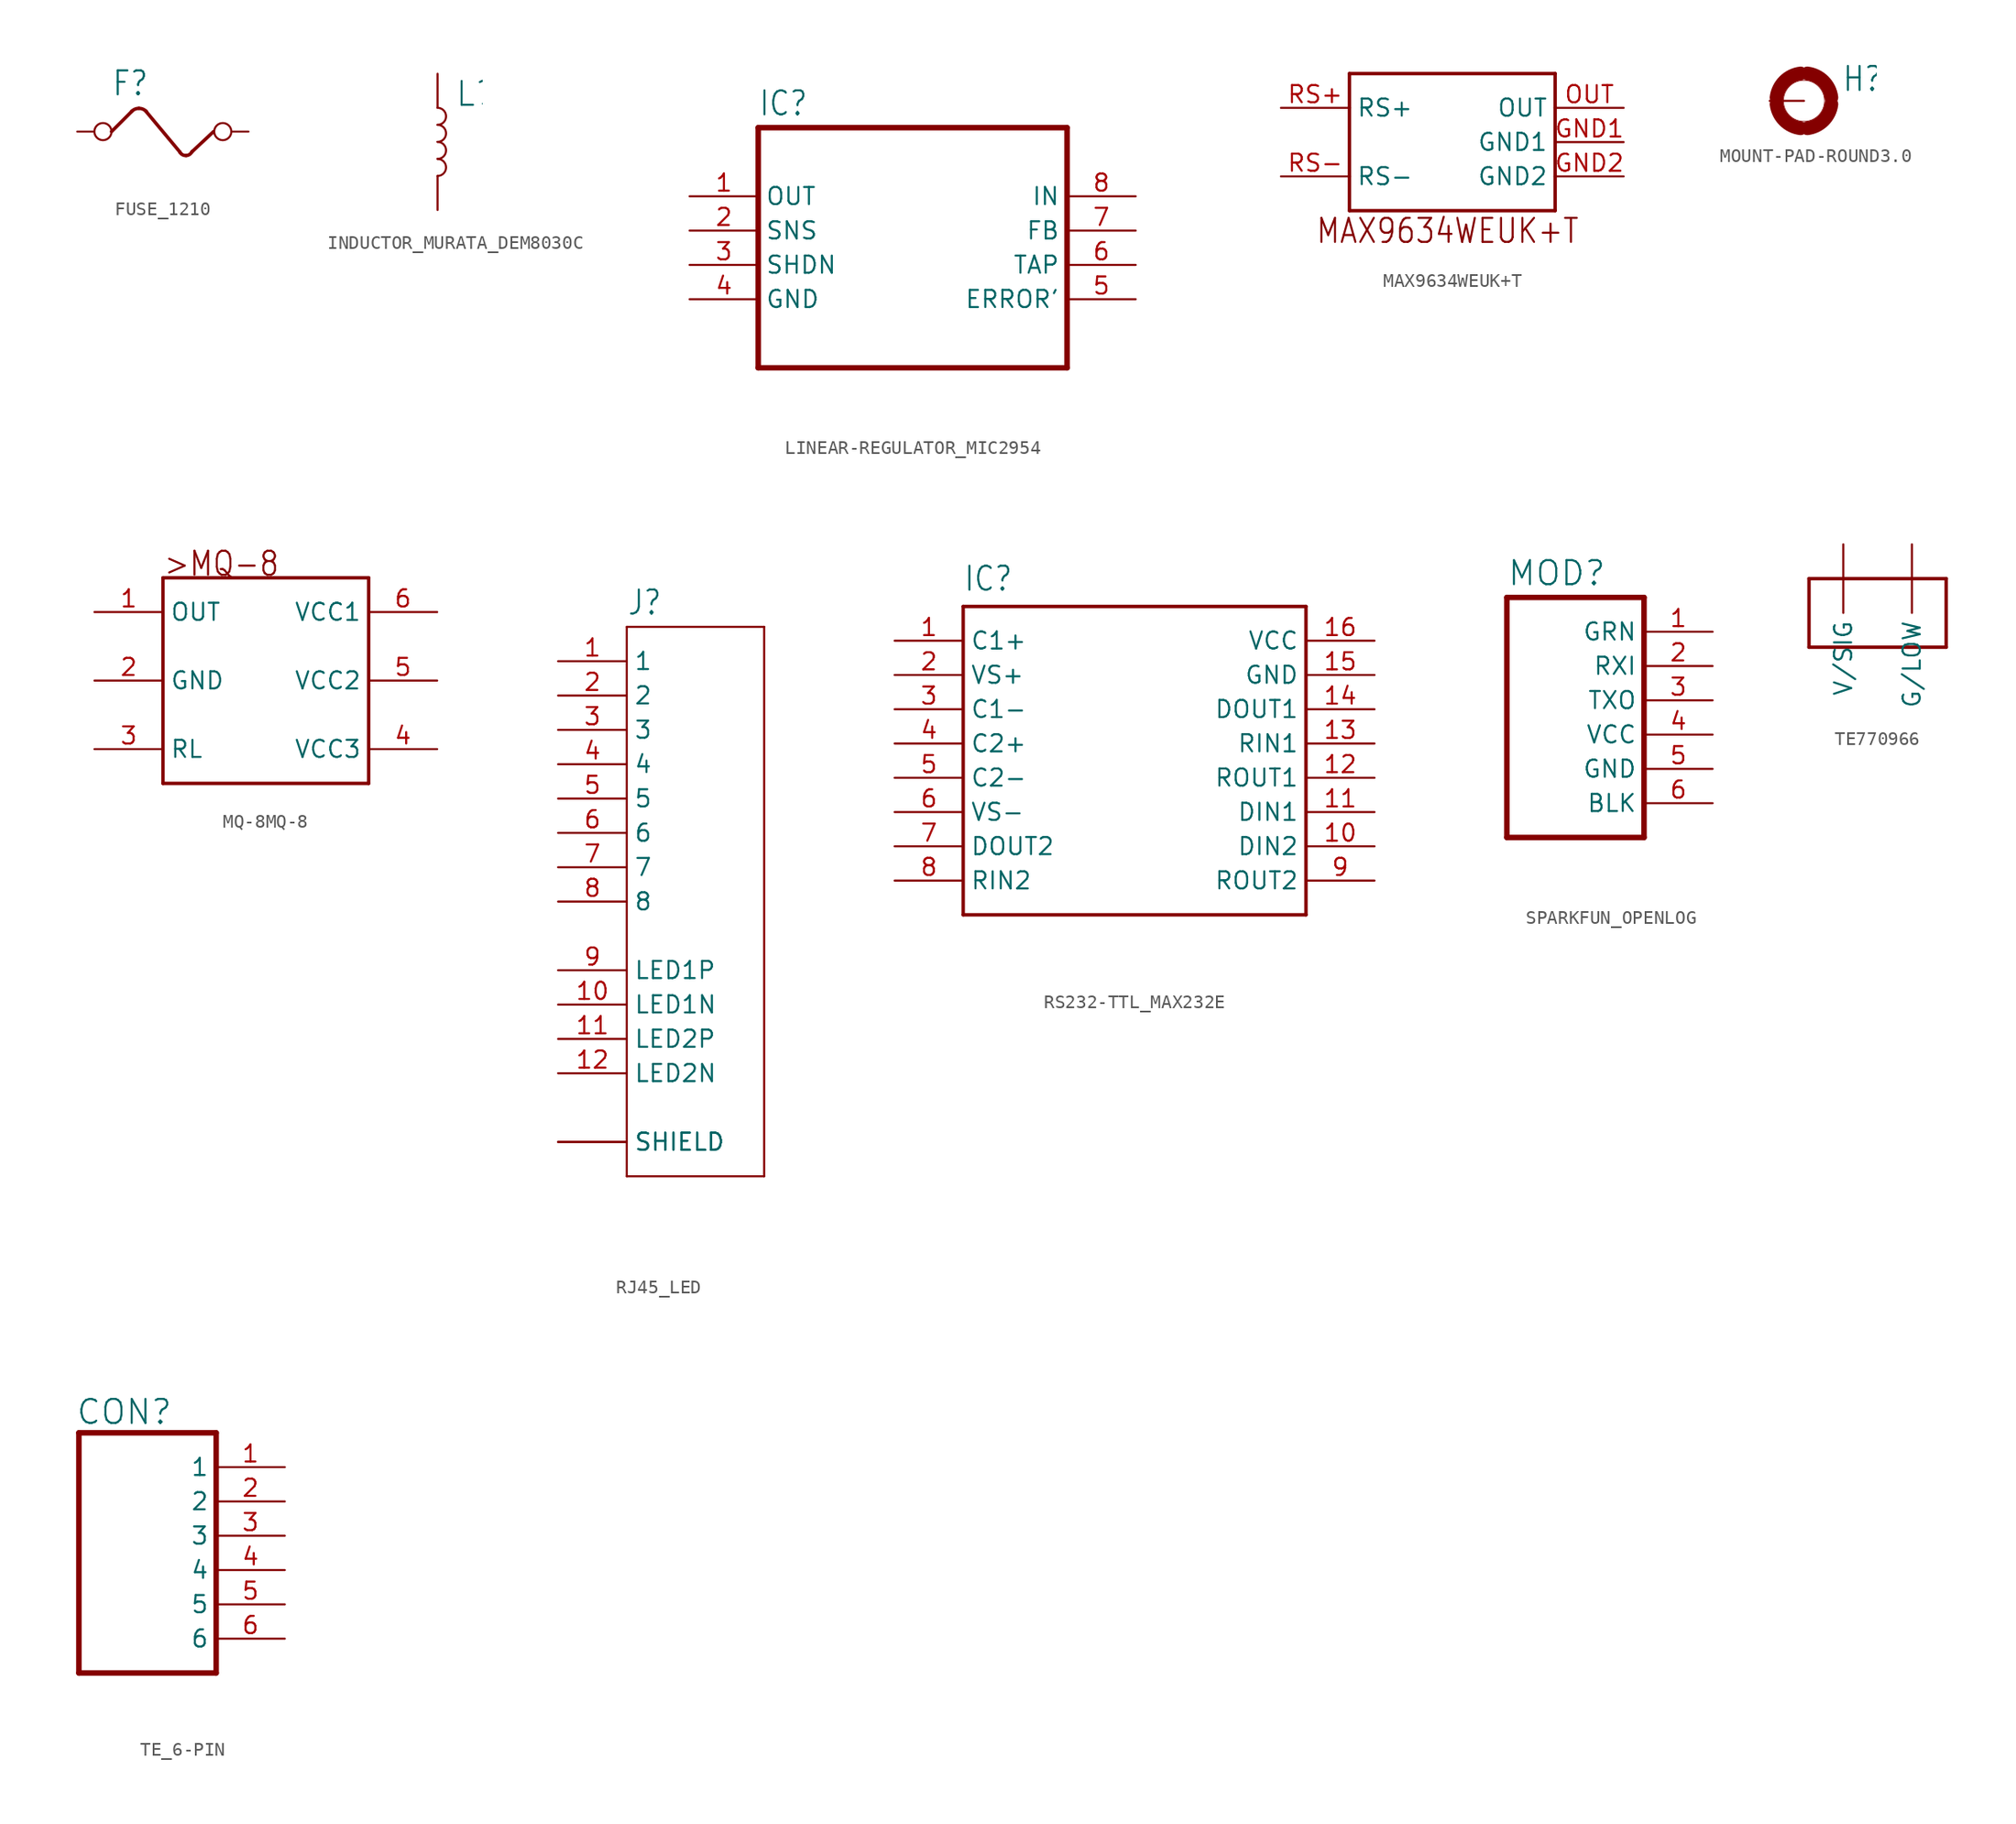
<source format=kicad_sym>
(kicad_symbol_lib
  (version 20220914)
  (generator kicad_symbol_editor)
  (symbol "FUSE_1210"
    (property "Reference" "F"
      (at -5.08 2.54 0)
      (effects (font (size 1.778 1.511)) (justify left bottom)))
    (property "Value" ""
      (at -5.08 -3.81 0)
      (effects (font (size 1.778 1.511)) (justify left bottom)))
    (property "ki_locked" ""
      (at 0 0 0)
      (effects (font (size 1.27 1.27))))
    (symbol "FUSE_1210_1_0"
      (arc (start -3.0479 1.7272) (mid -3.3477 1.6657) (end -3.5992 1.4912) (stroke (width 0.254) (type solid)) (fill (type none)))
      (arc (start -2.4959 1.491) (mid -2.7477 1.6658) (end -3.048 1.7272) (stroke (width 0.254) (type solid)) (fill (type none)))
      (arc (start -0.0178 -1.508) (mid 0.1804 -1.7121) (end 0.4572 -1.7778) (stroke (width 0.254) (type solid)) (fill (type none)))
      (polyline (pts (xy -5.08 0) (xy -3.556 1.524)) (stroke (width 0.254) (type solid)) (fill (type none)))
      (polyline (pts (xy 0 -1.524) (xy -2.54 1.524)) (stroke (width 0.254) (type solid)) (fill (type none)))
      (polyline (pts (xy 0.889 -1.499) (xy 2.489 0)) (stroke (width 0.254) (type solid)) (fill (type none)))
      (arc (start 0.4572 -1.778) (mid 0.7195 -1.6894) (end 0.8965 -1.4765) (stroke (width 0.254) (type solid)) (fill (type none)))
      (pin passive inverted (at -7.62 0 0) (length 2.54) (name "1" (effects (font (size 0 0)))) (number "1" (effects (font (size 0 0)))))
      (pin passive inverted (at 5.08 0 180) (length 2.54) (name "2" (effects (font (size 0 0)))) (number "2" (effects (font (size 0 0)))))))
  (symbol "INDUCTOR_MURATA_DEM8030C"
    (property "Reference" "L"
      (at 1.27 2.54 0)
      (effects (font (size 1.778 1.778)) (justify left bottom)))
    (property "Value" ""
      (at 1.27 -2.54 0)
      (effects (font (size 1.778 1.778)) (justify left top)))
    (property "ki_locked" ""
      (at 0 0 0)
      (effects (font (size 1.27 1.27))))
    (symbol "INDUCTOR_MURATA_DEM8030C_1_0"
      (arc (start 0 -2.54) (mid 0.635 -1.905) (end 0 -1.27) (stroke (width 0.1524) (type solid)) (fill (type none)))
      (arc (start 0 -1.27) (mid 0.635 -0.635) (end 0 0) (stroke (width 0.1524) (type solid)) (fill (type none)))
      (arc (start 0 0) (mid 0.635 0.635) (end 0 1.27) (stroke (width 0.1524) (type solid)) (fill (type none)))
      (arc (start 0 1.27) (mid 0.635 1.905) (end 0 2.54) (stroke (width 0.1524) (type solid)) (fill (type none)))
      (pin passive line (at 0 5.08 270) (length 2.54) (name "1" (effects (font (size 0 0)))) (number "P$1" (effects (font (size 0 0)))))
      (pin passive line (at 0 -5.08 90) (length 2.54) (name "2" (effects (font (size 0 0)))) (number "P$2" (effects (font (size 0 0)))))))
  (symbol "LINEAR-REGULATOR_MIC2954"
    (property "Reference" "IC"
      (at 0 18.542 0)
      (effects (font (size 1.778 1.511)) (justify left bottom)))
    (property "Value" ""
      (at 0 -2.54 0)
      (effects (font (size 1.778 1.511)) (justify left bottom)))
    (property "ki_locked" ""
      (at 0 0 0)
      (effects (font (size 1.27 1.27))))
    (symbol "LINEAR-REGULATOR_MIC2954_1_0"
      (polyline (pts (xy 0 0) (xy 22.86 0)) (stroke (width 0.406) (type solid)) (fill (type none)))
      (polyline (pts (xy 0 17.78) (xy 0 0)) (stroke (width 0.406) (type solid)) (fill (type none)))
      (polyline (pts (xy 22.86 0) (xy 22.86 17.78)) (stroke (width 0.406) (type solid)) (fill (type none)))
      (polyline (pts (xy 22.86 17.78) (xy 0 17.78)) (stroke (width 0.406) (type solid)) (fill (type none)))
      (pin bidirectional line (at -5.08 12.7 0) (length 5.08) (name "OUT" (effects (font (size 1.27 1.27)))) (number "1" (effects (font (size 1.27 1.27)))))
      (pin bidirectional line (at -5.08 10.16 0) (length 5.08) (name "SNS" (effects (font (size 1.27 1.27)))) (number "2" (effects (font (size 1.27 1.27)))))
      (pin bidirectional line (at -5.08 7.62 0) (length 5.08) (name "SHDN" (effects (font (size 1.27 1.27)))) (number "3" (effects (font (size 1.27 1.27)))))
      (pin bidirectional line (at -5.08 5.08 0) (length 5.08) (name "GND" (effects (font (size 1.27 1.27)))) (number "4" (effects (font (size 1.27 1.27)))))
      (pin bidirectional line (at 27.94 5.08 180) (length 5.08) (name "ERROR'" (effects (font (size 1.27 1.27)))) (number "5" (effects (font (size 1.27 1.27)))))
      (pin bidirectional line (at 27.94 7.62 180) (length 5.08) (name "TAP" (effects (font (size 1.27 1.27)))) (number "6" (effects (font (size 1.27 1.27)))))
      (pin bidirectional line (at 27.94 10.16 180) (length 5.08) (name "FB" (effects (font (size 1.27 1.27)))) (number "7" (effects (font (size 1.27 1.27)))))
      (pin bidirectional line (at 27.94 12.7 180) (length 5.08) (name "IN" (effects (font (size 1.27 1.27)))) (number "8" (effects (font (size 1.27 1.27)))))))
  (symbol "MAX9634WEUK+T"
    (property "Reference" ""
      (at 0 0 0)
      (effects (font (size 1.27 1.27)) hide))
    (property "ki_locked" ""
      (at 0 0 0)
      (effects (font (size 1.27 1.27))))
    (symbol "MAX9634WEUK+T_1_0"
      (polyline (pts (xy -7.62 -5.08) (xy -7.62 -2.54)) (stroke (width 0.254) (type solid)) (fill (type none)))
      (polyline (pts (xy -7.62 -2.54) (xy -7.62 2.54)) (stroke (width 0.254) (type solid)) (fill (type none)))
      (polyline (pts (xy -7.62 2.54) (xy -7.62 5.08)) (stroke (width 0.254) (type solid)) (fill (type none)))
      (polyline (pts (xy -7.62 5.08) (xy 7.62 5.08)) (stroke (width 0.254) (type solid)) (fill (type none)))
      (polyline (pts (xy 7.62 -5.08) (xy -7.62 -5.08)) (stroke (width 0.254) (type solid)) (fill (type none)))
      (polyline (pts (xy 7.62 -2.54) (xy 7.62 -5.08)) (stroke (width 0.254) (type solid)) (fill (type none)))
      (polyline (pts (xy 7.62 2.54) (xy 7.62 -2.54)) (stroke (width 0.254) (type solid)) (fill (type none)))
      (polyline (pts (xy 7.62 5.08) (xy 7.62 2.54)) (stroke (width 0.254) (type solid)) (fill (type none)))
      (text "MAX9634WEUK+T" (at -10.16 -7.62 0) (effects (font (size 1.778 1.511)) (justify left bottom)))
      (pin bidirectional line (at 12.7 0 180) (length 5.08) (name "GND1" (effects (font (size 1.27 1.27)))) (number "GND1" (effects (font (size 1.27 1.27)))))
      (pin bidirectional line (at 12.7 -2.54 180) (length 5.08) (name "GND2" (effects (font (size 1.27 1.27)))) (number "GND2" (effects (font (size 1.27 1.27)))))
      (pin bidirectional line (at 12.7 2.54 180) (length 5.08) (name "OUT" (effects (font (size 1.27 1.27)))) (number "OUT" (effects (font (size 1.27 1.27)))))
      (pin bidirectional line (at -12.7 2.54 0) (length 5.08) (name "RS+" (effects (font (size 1.27 1.27)))) (number "RS+" (effects (font (size 1.27 1.27)))))
      (pin bidirectional line (at -12.7 -2.54 0) (length 5.08) (name "RS-" (effects (font (size 1.27 1.27)))) (number "RS-" (effects (font (size 1.27 1.27)))))))
  (symbol "MOUNT-PAD-ROUND3.0"
    (property "Reference" "H"
      (at 2.794 0.584 0)
      (effects (font (size 1.778 1.511)) (justify left bottom)))
    (property "Value" ""
      (at 2.794 -2.464 0)
      (effects (font (size 1.778 1.511)) (justify left bottom)))
    (property "ki_locked" ""
      (at 0 0 0)
      (effects (font (size 1.27 1.27))))
    (symbol "MOUNT-PAD-ROUND3.0_1_0"
      (arc (start -2.032 -0.254) (mid -1.448 -1.448) (end -0.254 -2.032) (stroke (width 1.016) (type solid)) (fill (type none)))
      (arc (start -0.254 2.032) (mid -1.448 1.448) (end -2.032 0.254) (stroke (width 1.016) (type solid)) (fill (type none)))
      (circle (center 0 0) (radius 1.524) (stroke (width 0.051) (type solid)) (fill (type none)))
      (arc (start 0.254 -2.032) (mid 1.448 -1.448) (end 2.032 -0.254) (stroke (width 1.016) (type solid)) (fill (type none)))
      (arc (start 2.032 0.254) (mid 1.448 1.448) (end 0.254 2.032) (stroke (width 1.016) (type solid)) (fill (type none)))
      (pin passive line (at -2.54 0 0) (length 2.54) (name "MOUNT" (effects (font (size 0 0)))) (number "B3,0" (effects (font (size 0 0)))))))
  (symbol "MQ-8MQ-8"
    (property "Reference" ""
      (at 0 0 0)
      (effects (font (size 1.27 1.27)) hide))
    (property "ki_locked" ""
      (at 0 0 0)
      (effects (font (size 1.27 1.27))))
    (symbol "MQ-8MQ-8_1_0"
      (polyline (pts (xy -7.62 -7.62) (xy -7.62 7.62)) (stroke (width 0.254) (type solid)) (fill (type none)))
      (polyline (pts (xy -7.62 7.62) (xy 7.62 7.62)) (stroke (width 0.254) (type solid)) (fill (type none)))
      (polyline (pts (xy 7.62 -7.62) (xy -7.62 -7.62)) (stroke (width 0.254) (type solid)) (fill (type none)))
      (polyline (pts (xy 7.62 7.62) (xy 7.62 -7.62)) (stroke (width 0.254) (type solid)) (fill (type none)))
      (text ">MQ-8" (at -7.62 7.62 0) (effects (font (size 1.778 1.511)) (justify left bottom)))
      (pin bidirectional line (at -12.7 5.08 0) (length 5.08) (name "OUT" (effects (font (size 1.27 1.27)))) (number "1" (effects (font (size 1.27 1.27)))))
      (pin bidirectional line (at -12.7 0 0) (length 5.08) (name "GND" (effects (font (size 1.27 1.27)))) (number "2" (effects (font (size 1.27 1.27)))))
      (pin bidirectional line (at -12.7 -5.08 0) (length 5.08) (name "RL" (effects (font (size 1.27 1.27)))) (number "3" (effects (font (size 1.27 1.27)))))
      (pin bidirectional line (at 12.7 -5.08 180) (length 5.08) (name "VCC3" (effects (font (size 1.27 1.27)))) (number "4" (effects (font (size 1.27 1.27)))))
      (pin bidirectional line (at 12.7 0 180) (length 5.08) (name "VCC2" (effects (font (size 1.27 1.27)))) (number "5" (effects (font (size 1.27 1.27)))))
      (pin bidirectional line (at 12.7 5.08 180) (length 5.08) (name "VCC1" (effects (font (size 1.27 1.27)))) (number "6" (effects (font (size 1.27 1.27)))))))
  (symbol "RJ45_LED"
    (property "Reference" "J"
      (at -5.08 21.082 0)
      (effects (font (size 1.778 1.511)) (justify left bottom)))
    (property "Value" ""
      (at -5.08 -22.86 0)
      (effects (font (size 1.778 1.511)) (justify left bottom)))
    (property "ki_locked" ""
      (at 0 0 0)
      (effects (font (size 1.27 1.27))))
    (symbol "RJ45_LED_1_0"
      (polyline (pts (xy -5.08 -20.32) (xy -5.08 20.32)) (stroke (width 0.152) (type solid)) (fill (type none)))
      (polyline (pts (xy -5.08 20.32) (xy 5.08 20.32)) (stroke (width 0.152) (type solid)) (fill (type none)))
      (polyline (pts (xy 5.08 -20.32) (xy -5.08 -20.32)) (stroke (width 0.152) (type solid)) (fill (type none)))
      (polyline (pts (xy 5.08 20.32) (xy 5.08 -20.32)) (stroke (width 0.152) (type solid)) (fill (type none)))
      (pin passive line (at -10.16 17.78 0) (length 5.08) (name "1" (effects (font (size 1.27 1.27)))) (number "1" (effects (font (size 1.27 1.27)))))
      (pin passive line (at -10.16 -7.62 0) (length 5.08) (name "LED1N" (effects (font (size 1.27 1.27)))) (number "10" (effects (font (size 1.27 1.27)))))
      (pin passive line (at -10.16 -10.16 0) (length 5.08) (name "LED2P" (effects (font (size 1.27 1.27)))) (number "11" (effects (font (size 1.27 1.27)))))
      (pin passive line (at -10.16 -12.7 0) (length 5.08) (name "LED2N" (effects (font (size 1.27 1.27)))) (number "12" (effects (font (size 1.27 1.27)))))
      (pin passive line (at -10.16 15.24 0) (length 5.08) (name "2" (effects (font (size 1.27 1.27)))) (number "2" (effects (font (size 1.27 1.27)))))
      (pin passive line (at -10.16 12.7 0) (length 5.08) (name "3" (effects (font (size 1.27 1.27)))) (number "3" (effects (font (size 1.27 1.27)))))
      (pin passive line (at -10.16 10.16 0) (length 5.08) (name "4" (effects (font (size 1.27 1.27)))) (number "4" (effects (font (size 1.27 1.27)))))
      (pin passive line (at -10.16 7.62 0) (length 5.08) (name "5" (effects (font (size 1.27 1.27)))) (number "5" (effects (font (size 1.27 1.27)))))
      (pin passive line (at -10.16 5.08 0) (length 5.08) (name "6" (effects (font (size 1.27 1.27)))) (number "6" (effects (font (size 1.27 1.27)))))
      (pin passive line (at -10.16 2.54 0) (length 5.08) (name "7" (effects (font (size 1.27 1.27)))) (number "7" (effects (font (size 1.27 1.27)))))
      (pin passive line (at -10.16 0 0) (length 5.08) (name "8" (effects (font (size 1.27 1.27)))) (number "8" (effects (font (size 1.27 1.27)))))
      (pin passive line (at -10.16 -5.08 0) (length 5.08) (name "LED1P" (effects (font (size 1.27 1.27)))) (number "9" (effects (font (size 1.27 1.27)))))
      (pin passive line (at -10.16 -17.78 0) (length 5.08) (name "SHIELD" (effects (font (size 1.27 1.27)))) (number "S1" (effects (font (size 0 0)))))
      (pin passive line (at -10.16 -17.78 0) (length 5.08) (name "SHIELD" (effects (font (size 1.27 1.27)))) (number "S2" (effects (font (size 0 0)))))))
  (symbol "RS232-TTL_MAX232E"
    (property "Reference" "IC"
      (at 0 23.876 0)
      (effects (font (size 1.778 1.511)) (justify left bottom)))
    (property "Value" ""
      (at 0 -2.54 0)
      (effects (font (size 1.778 1.511)) (justify left bottom)))
    (property "ki_locked" ""
      (at 0 0 0)
      (effects (font (size 1.27 1.27))))
    (symbol "RS232-TTL_MAX232E_1_0"
      (polyline (pts (xy 0 0) (xy 25.4 0)) (stroke (width 0.254) (type solid)) (fill (type none)))
      (polyline (pts (xy 0 22.86) (xy 0 0)) (stroke (width 0.254) (type solid)) (fill (type none)))
      (polyline (pts (xy 25.4 0) (xy 25.4 22.86)) (stroke (width 0.254) (type solid)) (fill (type none)))
      (polyline (pts (xy 25.4 22.86) (xy 0 22.86)) (stroke (width 0.254) (type solid)) (fill (type none)))
      (pin bidirectional line (at -5.08 20.32 0) (length 5.08) (name "C1+" (effects (font (size 1.27 1.27)))) (number "1" (effects (font (size 1.27 1.27)))))
      (pin bidirectional line (at 30.48 5.08 180) (length 5.08) (name "DIN2" (effects (font (size 1.27 1.27)))) (number "10" (effects (font (size 1.27 1.27)))))
      (pin bidirectional line (at 30.48 7.62 180) (length 5.08) (name "DIN1" (effects (font (size 1.27 1.27)))) (number "11" (effects (font (size 1.27 1.27)))))
      (pin bidirectional line (at 30.48 10.16 180) (length 5.08) (name "ROUT1" (effects (font (size 1.27 1.27)))) (number "12" (effects (font (size 1.27 1.27)))))
      (pin bidirectional line (at 30.48 12.7 180) (length 5.08) (name "RIN1" (effects (font (size 1.27 1.27)))) (number "13" (effects (font (size 1.27 1.27)))))
      (pin bidirectional line (at 30.48 15.24 180) (length 5.08) (name "DOUT1" (effects (font (size 1.27 1.27)))) (number "14" (effects (font (size 1.27 1.27)))))
      (pin bidirectional line (at 30.48 17.78 180) (length 5.08) (name "GND" (effects (font (size 1.27 1.27)))) (number "15" (effects (font (size 1.27 1.27)))))
      (pin bidirectional line (at 30.48 20.32 180) (length 5.08) (name "VCC" (effects (font (size 1.27 1.27)))) (number "16" (effects (font (size 1.27 1.27)))))
      (pin bidirectional line (at -5.08 17.78 0) (length 5.08) (name "VS+" (effects (font (size 1.27 1.27)))) (number "2" (effects (font (size 1.27 1.27)))))
      (pin bidirectional line (at -5.08 15.24 0) (length 5.08) (name "C1-" (effects (font (size 1.27 1.27)))) (number "3" (effects (font (size 1.27 1.27)))))
      (pin bidirectional line (at -5.08 12.7 0) (length 5.08) (name "C2+" (effects (font (size 1.27 1.27)))) (number "4" (effects (font (size 1.27 1.27)))))
      (pin bidirectional line (at -5.08 10.16 0) (length 5.08) (name "C2-" (effects (font (size 1.27 1.27)))) (number "5" (effects (font (size 1.27 1.27)))))
      (pin bidirectional line (at -5.08 7.62 0) (length 5.08) (name "VS-" (effects (font (size 1.27 1.27)))) (number "6" (effects (font (size 1.27 1.27)))))
      (pin bidirectional line (at -5.08 5.08 0) (length 5.08) (name "DOUT2" (effects (font (size 1.27 1.27)))) (number "7" (effects (font (size 1.27 1.27)))))
      (pin bidirectional line (at -5.08 2.54 0) (length 5.08) (name "RIN2" (effects (font (size 1.27 1.27)))) (number "8" (effects (font (size 1.27 1.27)))))
      (pin bidirectional line (at 30.48 2.54 180) (length 5.08) (name "ROUT2" (effects (font (size 1.27 1.27)))) (number "9" (effects (font (size 1.27 1.27)))))))
  (symbol "SPARKFUN_OPENLOG"
    (property "Reference" "MOD"
      (at 0 18.542 0)
      (effects (font (size 1.778 1.778)) (justify left bottom)))
    (property "Value" ""
      (at 0 -2.54 0)
      (effects (font (size 1.778 1.778)) (justify left bottom)))
    (property "ki_locked" ""
      (at 0 0 0)
      (effects (font (size 1.27 1.27))))
    (symbol "SPARKFUN_OPENLOG_1_0"
      (polyline (pts (xy 0 17.78) (xy 0 0)) (stroke (width 0.406) (type solid)) (fill (type none)))
      (polyline (pts (xy 0 17.78) (xy 10.16 17.78)) (stroke (width 0.406) (type solid)) (fill (type none)))
      (polyline (pts (xy 10.16 0) (xy 0 0)) (stroke (width 0.406) (type solid)) (fill (type none)))
      (polyline (pts (xy 10.16 0) (xy 10.16 17.78)) (stroke (width 0.406) (type solid)) (fill (type none)))
      (pin passive line (at 15.24 15.24 180) (length 5.08) (name "GRN" (effects (font (size 1.27 1.27)))) (number "1" (effects (font (size 1.27 1.27)))))
      (pin passive line (at 15.24 12.7 180) (length 5.08) (name "RXI" (effects (font (size 1.27 1.27)))) (number "2" (effects (font (size 1.27 1.27)))))
      (pin passive line (at 15.24 10.16 180) (length 5.08) (name "TXO" (effects (font (size 1.27 1.27)))) (number "3" (effects (font (size 1.27 1.27)))))
      (pin passive line (at 15.24 7.62 180) (length 5.08) (name "VCC" (effects (font (size 1.27 1.27)))) (number "4" (effects (font (size 1.27 1.27)))))
      (pin passive line (at 15.24 5.08 180) (length 5.08) (name "GND" (effects (font (size 1.27 1.27)))) (number "5" (effects (font (size 1.27 1.27)))))
      (pin passive line (at 15.24 2.54 180) (length 5.08) (name "BLK" (effects (font (size 1.27 1.27)))) (number "6" (effects (font (size 1.27 1.27)))))))
  (symbol "TE770966"
    (property "Reference" ""
      (at -7.62 -2.54 90)
      (effects (font (size 1.778 1.511)) (justify left bottom) hide))
    (property "ki_locked" ""
      (at 0 0 0)
      (effects (font (size 1.27 1.27))))
    (symbol "TE770966_1_0"
      (polyline (pts (xy -5.08 0) (xy 5.08 0)) (stroke (width 0.254) (type solid)) (fill (type none)))
      (polyline (pts (xy -5.08 5.08) (xy -5.08 0)) (stroke (width 0.254) (type solid)) (fill (type none)))
      (polyline (pts (xy 5.08 0) (xy 5.08 5.08)) (stroke (width 0.254) (type solid)) (fill (type none)))
      (polyline (pts (xy 5.08 5.08) (xy -5.08 5.08)) (stroke (width 0.254) (type solid)) (fill (type none)))
      (pin bidirectional line (at -2.54 7.62 270) (length 5.08) (name "V/SIG" (effects (font (size 1.27 1.27)))) (number "CIRCUIT1" (effects (font (size 0 0)))))
      (pin bidirectional line (at 2.54 7.62 270) (length 5.08) (name "G/LOW" (effects (font (size 1.27 1.27)))) (number "CIRCUIT2" (effects (font (size 0 0)))))))
  (symbol "TE_6-PIN"
    (property "Reference" "CON"
      (at -0.254 18.288 0)
      (effects (font (size 1.778 1.778)) (justify left bottom)))
    (property "Value" ""
      (at -0.254 -2.286 0)
      (effects (font (size 1.778 1.778)) (justify left bottom)))
    (property "ki_locked" ""
      (at 0 0 0)
      (effects (font (size 1.27 1.27))))
    (symbol "TE_6-PIN_1_0"
      (polyline (pts (xy 0 17.78) (xy 0 0)) (stroke (width 0.406) (type solid)) (fill (type none)))
      (polyline (pts (xy 0 17.78) (xy 10.16 17.78)) (stroke (width 0.406) (type solid)) (fill (type none)))
      (polyline (pts (xy 10.16 0) (xy 0 0)) (stroke (width 0.406) (type solid)) (fill (type none)))
      (polyline (pts (xy 10.16 0) (xy 10.16 17.78)) (stroke (width 0.406) (type solid)) (fill (type none)))
      (pin passive line (at 15.24 15.24 180) (length 5.08) (name "1" (effects (font (size 1.27 1.27)))) (number "1" (effects (font (size 1.27 1.27)))))
      (pin passive line (at 15.24 12.7 180) (length 5.08) (name "2" (effects (font (size 1.27 1.27)))) (number "2" (effects (font (size 1.27 1.27)))))
      (pin passive line (at 15.24 10.16 180) (length 5.08) (name "3" (effects (font (size 1.27 1.27)))) (number "3" (effects (font (size 1.27 1.27)))))
      (pin passive line (at 15.24 7.62 180) (length 5.08) (name "4" (effects (font (size 1.27 1.27)))) (number "4" (effects (font (size 1.27 1.27)))))
      (pin passive line (at 15.24 5.08 180) (length 5.08) (name "5" (effects (font (size 1.27 1.27)))) (number "5" (effects (font (size 1.27 1.27)))))
      (pin passive line (at 15.24 2.54 180) (length 5.08) (name "6" (effects (font (size 1.27 1.27)))) (number "6" (effects (font (size 1.27 1.27))))))))
</source>
